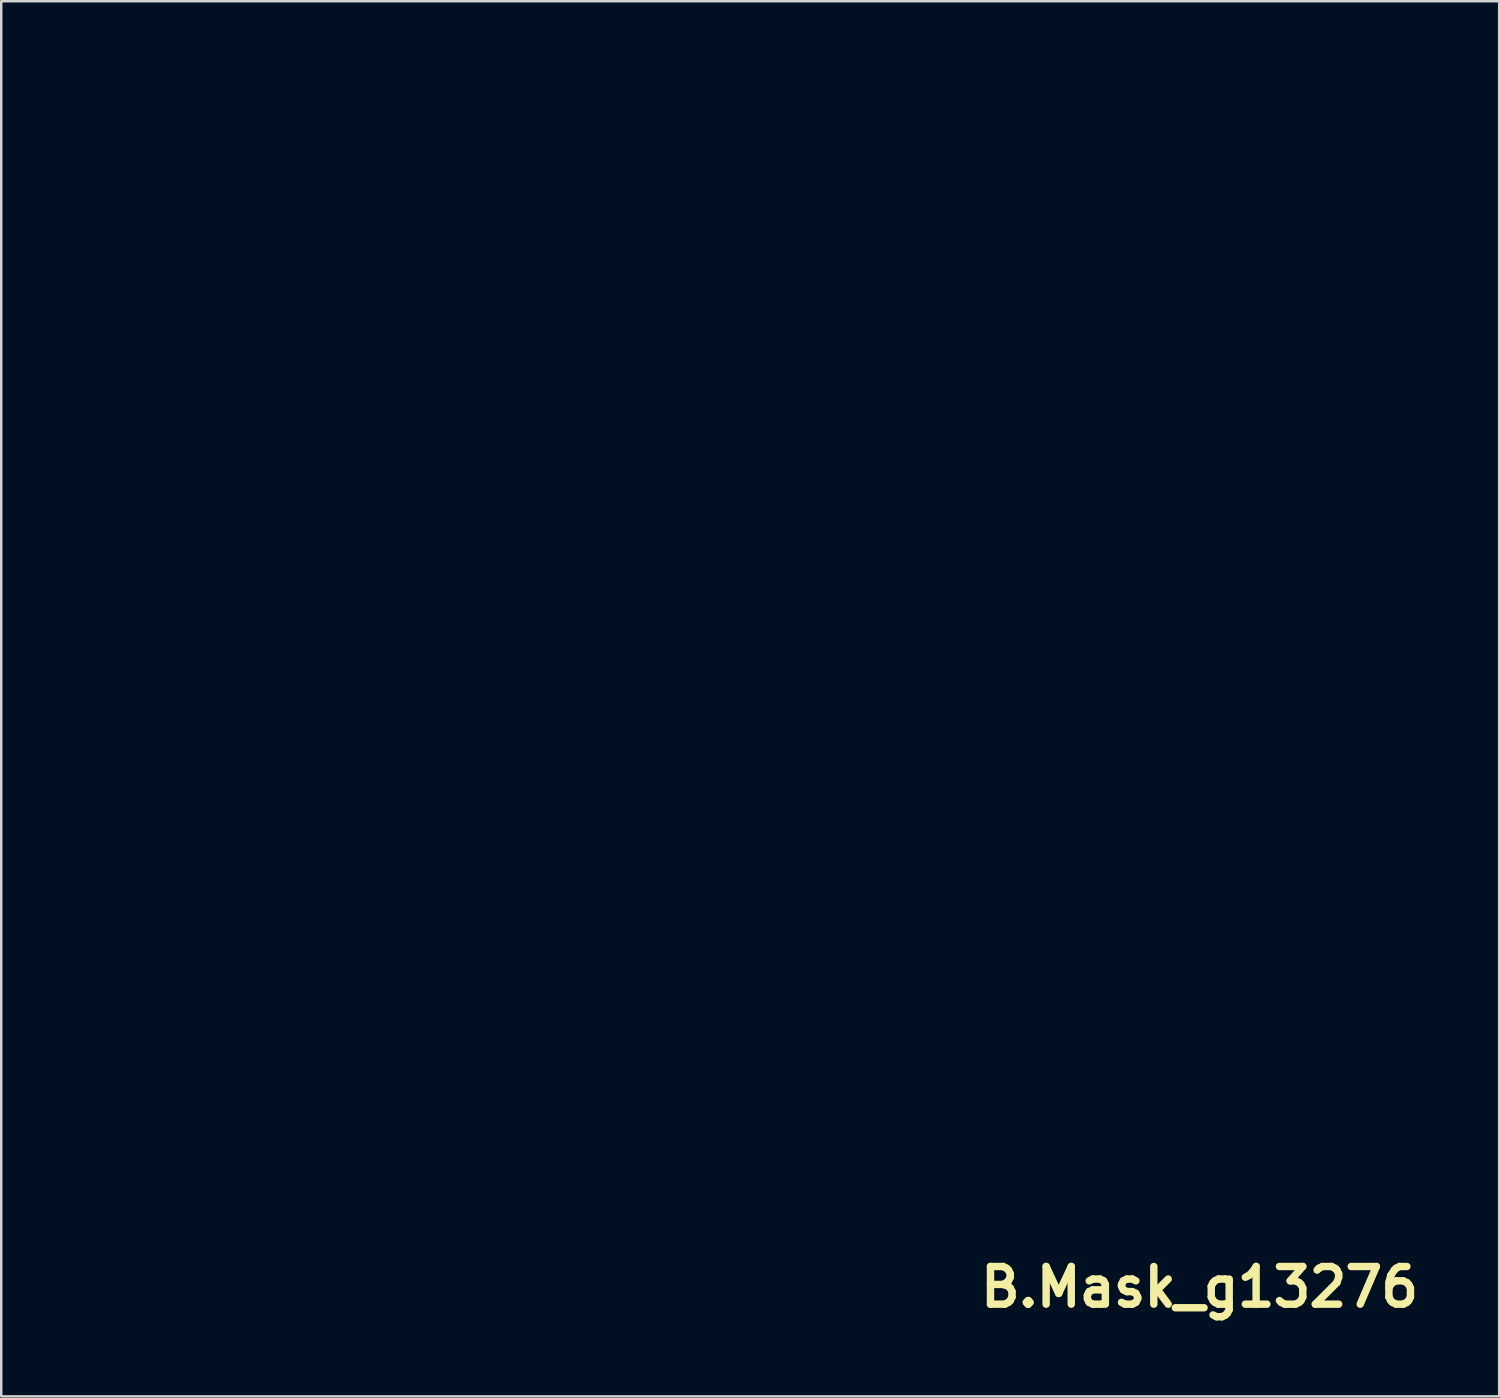
<source format=kicad_pcb>
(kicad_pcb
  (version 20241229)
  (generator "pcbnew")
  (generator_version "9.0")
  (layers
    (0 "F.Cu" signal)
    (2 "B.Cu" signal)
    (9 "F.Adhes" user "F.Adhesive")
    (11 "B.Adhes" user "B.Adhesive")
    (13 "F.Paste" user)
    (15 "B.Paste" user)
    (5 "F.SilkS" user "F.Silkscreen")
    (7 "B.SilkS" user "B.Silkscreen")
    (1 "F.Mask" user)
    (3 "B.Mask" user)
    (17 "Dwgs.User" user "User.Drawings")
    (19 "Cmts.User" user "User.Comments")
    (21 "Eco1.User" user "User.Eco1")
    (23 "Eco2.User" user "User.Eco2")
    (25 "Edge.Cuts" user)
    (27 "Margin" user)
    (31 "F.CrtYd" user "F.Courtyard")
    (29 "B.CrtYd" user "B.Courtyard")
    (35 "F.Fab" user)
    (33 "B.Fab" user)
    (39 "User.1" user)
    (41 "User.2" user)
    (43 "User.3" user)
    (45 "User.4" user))
  (footprint "B.Mask_g13276"
    (layer "F.Cu")
    (at 45.457 48.997)
    (property "Reference" "B.Mask_g13276" (at 0 0 0) (layer "F.SilkS") (effects (font (size 1.524 1.524) (thickness 0.3))))
    (attr through_hole)
    (fp_poly (pts (xy -36.288 -19.112) (xy -36.239 -19.105) (xy -36.218 -19.092) (xy -36.216 -19.084) (xy -36.228 -19.033) (xy -36.261 -18.957) (xy -36.31 -18.865) (xy -36.369 -18.766) (xy -36.433 -18.668) (xy -36.498 -18.58) (xy -36.546 -18.524) (xy -36.625 -18.442) (xy -36.679 -18.392) (xy -36.708 -18.375) (xy -36.713 -18.392) (xy -36.696 -18.431) (xy -36.681 -18.475) (xy -36.662 -18.55) (xy -36.643 -18.644) (xy -36.63 -18.722) (xy -36.611 -18.826) (xy -36.591 -18.922) (xy -36.572 -18.999) (xy -36.561 -19.034) (xy -36.529 -19.113) (xy -36.373 -19.113) (xy -36.288 -19.112)) (stroke (width 0.01) (type solid)) (fill yes) (layer "B.Mask"))
    (fp_poly (pts (xy -35.538 -19.692) (xy -35.477 -19.649) (xy -35.434 -19.613) (xy -35.419 -19.591) (xy -35.419 -19.59) (xy -35.442 -19.559) (xy -35.493 -19.513) (xy -35.564 -19.457) (xy -35.645 -19.399) (xy -35.728 -19.344) (xy -35.805 -19.299) (xy -35.822 -19.29) (xy -35.987 -19.22) (xy -36.163 -19.168) (xy -36.334 -19.139) (xy -36.423 -19.135) (xy -36.56 -19.135) (xy -36.546 -19.203) (xy -36.509 -19.289) (xy -36.439 -19.366) (xy -36.347 -19.425) (xy -36.26 -19.453) (xy -36.112 -19.498) (xy -35.957 -19.568) (xy -35.813 -19.656) (xy -35.772 -19.687) (xy -35.663 -19.773) (xy -35.538 -19.692)) (stroke (width 0.01) (type solid)) (fill yes) (layer "B.Mask"))
    (fp_poly (pts (xy -38.932 -18.938) (xy -38.876 -18.93) (xy -38.864 -18.924) (xy -38.849 -18.909) (xy -38.846 -18.88) (xy -38.855 -18.829) (xy -38.871 -18.766) (xy -38.893 -18.692) (xy -38.91 -18.651) (xy -38.93 -18.633) (xy -38.959 -18.631) (xy -38.965 -18.631) (xy -39.008 -18.634) (xy -39.082 -18.638) (xy -39.177 -18.642) (xy -39.268 -18.647) (xy -39.515 -18.658) (xy -39.593 -18.76) (xy -39.632 -18.816) (xy -39.655 -18.858) (xy -39.658 -18.875) (xy -39.622 -18.891) (xy -39.553 -18.905) (xy -39.459 -18.918) (xy -39.35 -18.929) (xy -39.234 -18.936) (xy -39.119 -18.941) (xy -39.016 -18.942) (xy -38.932 -18.938)) (stroke (width 0.01) (type solid)) (fill yes) (layer "B.Mask"))
    (fp_poly (pts (xy -16.288 -18.837) (xy -16.183 -18.83) (xy -16.063 -18.82) (xy -15.948 -18.807) (xy -15.85 -18.795) (xy -15.769 -18.785) (xy -15.713 -18.778) (xy -15.69 -18.775) (xy -15.69 -18.775) (xy -15.683 -18.759) (xy -15.701 -18.717) (xy -15.739 -18.656) (xy -15.748 -18.644) (xy -15.785 -18.586) (xy -15.808 -18.536) (xy -15.812 -18.518) (xy -15.819 -18.486) (xy -15.827 -18.481) (xy -15.855 -18.485) (xy -15.912 -18.493) (xy -15.97 -18.501) (xy -16.065 -18.512) (xy -16.172 -18.524) (xy -16.238 -18.531) (xy -16.379 -18.545) (xy -16.413 -18.68) (xy -16.43 -18.751) (xy -16.442 -18.804) (xy -16.447 -18.827) (xy -16.427 -18.835) (xy -16.372 -18.838) (xy -16.288 -18.837)) (stroke (width 0.01) (type solid)) (fill yes) (layer "B.Mask"))
    (fp_poly (pts (xy -19.285 -19.02) (xy -19.212 -19.015) (xy -19.212 -19.015) (xy -19.069 -19.001) (xy -18.973 -18.852) (xy -18.909 -18.763) (xy -18.835 -18.67) (xy -18.765 -18.594) (xy -18.763 -18.593) (xy -18.683 -18.502) (xy -18.605 -18.386) (xy -18.534 -18.258) (xy -18.491 -18.172) (xy -18.46 -18.101) (xy -18.443 -18.053) (xy -18.443 -18.035) (xy -18.443 -18.035) (xy -18.477 -18.044) (xy -18.53 -18.067) (xy -18.541 -18.072) (xy -18.583 -18.101) (xy -18.631 -18.152) (xy -18.688 -18.23) (xy -18.753 -18.33) (xy -18.818 -18.43) (xy -18.872 -18.505) (xy -18.927 -18.567) (xy -18.993 -18.626) (xy -19.081 -18.696) (xy -19.101 -18.711) (xy -19.211 -18.8) (xy -19.287 -18.871) (xy -19.331 -18.927) (xy -19.338 -18.942) (xy -19.356 -18.991) (xy -19.362 -19.019) (xy -19.361 -19.021) (xy -19.338 -19.023) (xy -19.285 -19.02)) (stroke (width 0.01) (type solid)) (fill yes) (layer "B.Mask"))
    (fp_poly (pts (xy -19.866 -19.632) (xy -19.818 -19.603) (xy -19.752 -19.561) (xy -19.717 -19.539) (xy -19.548 -19.444) (xy -19.375 -19.377) (xy -19.205 -19.338) (xy -19.046 -19.33) (xy -18.944 -19.344) (xy -18.884 -19.355) (xy -18.845 -19.351) (xy -18.808 -19.324) (xy -18.781 -19.298) (xy -18.736 -19.24) (xy -18.71 -19.181) (xy -18.707 -19.168) (xy -18.707 -19.13) (xy -18.723 -19.107) (xy -18.765 -19.09) (xy -18.799 -19.081) (xy -18.99 -19.05) (xy -19.201 -19.048) (xy -19.267 -19.053) (xy -19.482 -19.095) (xy -19.702 -19.176) (xy -19.919 -19.294) (xy -20.058 -19.39) (xy -20.134 -19.447) (xy -20.182 -19.484) (xy -20.207 -19.505) (xy -20.216 -19.517) (xy -20.214 -19.524) (xy -20.208 -19.529) (xy -20.183 -19.529) (xy -20.161 -19.516) (xy -20.138 -19.505) (xy -20.106 -19.511) (xy -20.056 -19.538) (xy -20.013 -19.566) (xy -19.953 -19.605) (xy -19.907 -19.633) (xy -19.887 -19.643) (xy -19.866 -19.632)) (stroke (width 0.01) (type solid)) (fill yes) (layer "B.Mask"))
    (fp_poly (pts (xy -26.763 -13.828) (xy -26.747 -13.791) (xy -26.737 -13.751) (xy -26.722 -13.692) (xy -26.714 -13.653) (xy -26.712 -13.646) (xy -26.732 -13.637) (xy -26.787 -13.625) (xy -26.87 -13.612) (xy -26.974 -13.598) (xy -27.093 -13.583) (xy -27.218 -13.569) (xy -27.343 -13.557) (xy -27.46 -13.548) (xy -27.474 -13.547) (xy -27.622 -13.537) (xy -27.742 -13.532) (xy -27.85 -13.53) (xy -27.957 -13.532) (xy -28.078 -13.537) (xy -28.223 -13.546) (xy -28.268 -13.549) (xy -28.397 -13.558) (xy -28.489 -13.566) (xy -28.55 -13.575) (xy -28.585 -13.588) (xy -28.6 -13.607) (xy -28.6 -13.634) (xy -28.591 -13.672) (xy -28.586 -13.689) (xy -28.563 -13.756) (xy -28.539 -13.782) (xy -28.53 -13.782) (xy -28.502 -13.779) (xy -28.437 -13.776) (xy -28.342 -13.773) (xy -28.223 -13.769) (xy -28.087 -13.766) (xy -27.982 -13.764) (xy -27.652 -13.762) (xy -27.355 -13.772) (xy -27.093 -13.794) (xy -26.87 -13.825) (xy -26.826 -13.834) (xy -26.786 -13.839) (xy -26.763 -13.828)) (stroke (width 0.01) (type solid)) (fill yes) (layer "B.Mask"))
    (fp_poly (pts (xy -39.73 -22.661) (xy -39.725 -22.629) (xy -39.73 -22.568) (xy -39.735 -22.527) (xy -39.745 -22.455) (xy -39.753 -22.403) (xy -39.758 -22.382) (xy -39.758 -22.382) (xy -39.981 -22.237) (xy -40.163 -22.082) (xy -40.305 -21.918) (xy -40.408 -21.743) (xy -40.47 -21.558) (xy -40.473 -21.547) (xy -40.486 -21.437) (xy -40.485 -21.306) (xy -40.473 -21.169) (xy -40.45 -21.046) (xy -40.441 -21.017) (xy -40.386 -20.874) (xy -40.308 -20.722) (xy -40.218 -20.578) (xy -40.154 -20.495) (xy -40.058 -20.365) (xy -39.995 -20.242) (xy -39.958 -20.112) (xy -39.949 -20.039) (xy -39.946 -19.975) (xy -39.948 -19.885) (xy -39.952 -19.778) (xy -39.959 -19.663) (xy -39.967 -19.549) (xy -39.977 -19.446) (xy -39.987 -19.361) (xy -39.997 -19.305) (xy -40.002 -19.288) (xy -40.024 -19.287) (xy -40.068 -19.318) (xy -40.137 -19.383) (xy -40.143 -19.389) (xy -40.269 -19.516) (xy -40.262 -19.734) (xy -40.261 -19.871) (xy -40.27 -19.979) (xy -40.293 -20.072) (xy -40.334 -20.163) (xy -40.396 -20.265) (xy -40.422 -20.303) (xy -40.571 -20.549) (xy -40.681 -20.793) (xy -40.753 -21.034) (xy -40.787 -21.269) (xy -40.784 -21.496) (xy -40.743 -21.713) (xy -40.664 -21.917) (xy -40.549 -22.107) (xy -40.397 -22.279) (xy -40.209 -22.432) (xy -40.187 -22.446) (xy -40.086 -22.51) (xy -39.984 -22.568) (xy -39.888 -22.617) (xy -39.809 -22.652) (xy -39.753 -22.669) (xy -39.743 -22.669) (xy -39.73 -22.661)) (stroke (width 0.01) (type solid)) (fill yes) (layer "B.Mask"))
    (fp_poly (pts (xy -16.197 -23.224) (xy -16.166 -23.18) (xy -16.125 -23.117) (xy -16.081 -23.046) (xy -16.04 -22.975) (xy -16.007 -22.913) (xy -16.007 -22.913) (xy -15.929 -22.711) (xy -15.889 -22.493) (xy -15.885 -22.266) (xy -15.919 -22.033) (xy -15.968 -21.863) (xy -16 -21.789) (xy -16.048 -21.693) (xy -16.108 -21.588) (xy -16.17 -21.488) (xy -16.253 -21.358) (xy -16.315 -21.253) (xy -16.358 -21.164) (xy -16.387 -21.079) (xy -16.403 -20.991) (xy -16.411 -20.888) (xy -16.413 -20.762) (xy -16.413 -20.733) (xy -16.41 -20.591) (xy -16.401 -20.457) (xy -16.384 -20.322) (xy -16.358 -20.177) (xy -16.322 -20.014) (xy -16.274 -19.825) (xy -16.243 -19.71) (xy -16.216 -19.61) (xy -16.194 -19.524) (xy -16.178 -19.462) (xy -16.171 -19.43) (xy -16.171 -19.429) (xy -16.172 -19.419) (xy -16.178 -19.414) (xy -16.197 -19.415) (xy -16.235 -19.424) (xy -16.3 -19.441) (xy -16.398 -19.467) (xy -16.407 -19.47) (xy -16.612 -19.525) (xy -16.625 -19.61) (xy -16.637 -19.678) (xy -16.649 -19.736) (xy -16.651 -19.744) (xy -16.655 -19.778) (xy -16.637 -19.785) (xy -16.605 -19.778) (xy -16.565 -19.772) (xy -16.555 -19.785) (xy -16.56 -19.804) (xy -16.595 -19.935) (xy -16.631 -20.089) (xy -16.664 -20.248) (xy -16.689 -20.392) (xy -16.69 -20.4) (xy -16.717 -20.642) (xy -16.716 -20.857) (xy -16.688 -21.056) (xy -16.629 -21.247) (xy -16.539 -21.438) (xy -16.425 -21.622) (xy -16.338 -21.758) (xy -16.276 -21.876) (xy -16.234 -21.987) (xy -16.206 -22.104) (xy -16.193 -22.189) (xy -16.183 -22.391) (xy -16.207 -22.575) (xy -16.268 -22.751) (xy -16.35 -22.9) (xy -16.404 -22.987) (xy -16.314 -23.113) (xy -16.269 -23.175) (xy -16.234 -23.22) (xy -16.215 -23.24) (xy -16.214 -23.24) (xy -16.197 -23.224)) (stroke (width 0.01) (type solid)) (fill yes) (layer "B.Mask"))
    (fp_poly (pts (xy -15.83 -22.596) (xy -15.79 -22.581) (xy -15.723 -22.551) (xy -15.64 -22.513) (xy -15.581 -22.484) (xy -15.465 -22.423) (xy -15.371 -22.361) (xy -15.28 -22.284) (xy -15.219 -22.227) (xy -15.08 -22.068) (xy -14.973 -21.898) (xy -14.896 -21.711) (xy -14.847 -21.499) (xy -14.824 -21.294) (xy -14.823 -21.077) (xy -14.85 -20.881) (xy -14.909 -20.696) (xy -15.003 -20.511) (xy -15.068 -20.408) (xy -15.15 -20.278) (xy -15.225 -20.139) (xy -15.284 -20.008) (xy -15.306 -19.95) (xy -15.317 -19.894) (xy -15.326 -19.806) (xy -15.332 -19.698) (xy -15.335 -19.581) (xy -15.335 -19.464) (xy -15.332 -19.359) (xy -15.325 -19.276) (xy -15.32 -19.245) (xy -15.315 -19.206) (xy -15.322 -19.172) (xy -15.349 -19.131) (xy -15.398 -19.073) (xy -15.409 -19.061) (xy -15.46 -19.007) (xy -15.5 -18.971) (xy -15.522 -18.96) (xy -15.523 -18.961) (xy -15.531 -18.986) (xy -15.545 -19.045) (xy -15.564 -19.126) (xy -15.582 -19.209) (xy -15.606 -19.335) (xy -15.621 -19.454) (xy -15.629 -19.581) (xy -15.632 -19.734) (xy -15.632 -19.738) (xy -15.631 -19.857) (xy -15.629 -19.943) (xy -15.624 -20.006) (xy -15.613 -20.056) (xy -15.597 -20.103) (xy -15.573 -20.157) (xy -15.566 -20.172) (xy -15.52 -20.255) (xy -15.457 -20.352) (xy -15.39 -20.442) (xy -15.378 -20.458) (xy -15.273 -20.595) (xy -15.2 -20.721) (xy -15.152 -20.847) (xy -15.126 -20.985) (xy -15.117 -21.091) (xy -15.118 -21.268) (xy -15.139 -21.425) (xy -15.185 -21.578) (xy -15.253 -21.736) (xy -15.346 -21.888) (xy -15.465 -22.027) (xy -15.601 -22.143) (xy -15.721 -22.214) (xy -15.852 -22.278) (xy -15.853 -22.394) (xy -15.856 -22.47) (xy -15.863 -22.535) (xy -15.868 -22.561) (xy -15.873 -22.596) (xy -15.853 -22.602) (xy -15.83 -22.596)) (stroke (width 0.01) (type solid)) (fill yes) (layer "B.Mask"))
    (fp_poly (pts (xy -39.269 -23.415) (xy -39.234 -23.373) (xy -39.19 -23.312) (xy -39.183 -23.303) (xy -39.094 -23.174) (xy -39.155 -23.096) (xy -39.28 -22.906) (xy -39.365 -22.709) (xy -39.409 -22.507) (xy -39.412 -22.304) (xy -39.374 -22.102) (xy -39.296 -21.906) (xy -39.269 -21.861) (xy -39.225 -21.79) (xy -39.169 -21.704) (xy -39.106 -21.611) (xy -39.101 -21.605) (xy -39.039 -21.51) (xy -38.982 -21.42) (xy -38.938 -21.343) (xy -38.913 -21.289) (xy -38.912 -21.288) (xy -38.883 -21.166) (xy -38.869 -21.011) (xy -38.87 -20.827) (xy -38.886 -20.621) (xy -38.916 -20.397) (xy -38.96 -20.161) (xy -38.976 -20.087) (xy -38.996 -19.996) (xy -39.011 -19.922) (xy -39.02 -19.873) (xy -39.021 -19.859) (xy -38.999 -19.86) (xy -38.947 -19.871) (xy -38.873 -19.887) (xy -38.849 -19.893) (xy -38.762 -19.915) (xy -38.684 -19.933) (xy -38.63 -19.946) (xy -38.624 -19.948) (xy -38.566 -19.961) (xy -38.607 -19.881) (xy -38.637 -19.809) (xy -38.659 -19.735) (xy -38.661 -19.725) (xy -38.675 -19.648) (xy -38.986 -19.571) (xy -39.098 -19.544) (xy -39.199 -19.518) (xy -39.28 -19.498) (xy -39.332 -19.485) (xy -39.344 -19.482) (xy -39.38 -19.476) (xy -39.391 -19.481) (xy -39.386 -19.506) (xy -39.371 -19.562) (xy -39.35 -19.641) (xy -39.327 -19.721) (xy -39.27 -19.935) (xy -39.228 -20.122) (xy -39.199 -20.293) (xy -39.181 -20.461) (xy -39.172 -20.636) (xy -39.17 -20.754) (xy -39.172 -20.912) (xy -39.18 -21.038) (xy -39.196 -21.14) (xy -39.222 -21.228) (xy -39.262 -21.311) (xy -39.317 -21.399) (xy -39.358 -21.456) (xy -39.508 -21.692) (xy -39.617 -21.927) (xy -39.684 -22.162) (xy -39.709 -22.396) (xy -39.692 -22.627) (xy -39.632 -22.857) (xy -39.569 -23.009) (xy -39.528 -23.088) (xy -39.479 -23.173) (xy -39.426 -23.258) (xy -39.374 -23.334) (xy -39.33 -23.392) (xy -39.298 -23.426) (xy -39.288 -23.431) (xy -39.269 -23.415)) (stroke (width 0.01) (type solid)) (fill yes) (layer "B.Mask"))
    (fp_poly (pts (xy -18.968 -42.992) (xy -18.912 -42.983) (xy -18.748 -42.945) (xy -18.603 -42.895) (xy -18.463 -42.827) (xy -18.313 -42.734) (xy -18.289 -42.719) (xy -18.196 -42.657) (xy -18.104 -42.6) (xy -18.024 -42.554) (xy -17.981 -42.532) (xy -17.85 -42.485) (xy -17.702 -42.456) (xy -17.532 -42.446) (xy -17.338 -42.455) (xy -17.117 -42.483) (xy -16.865 -42.531) (xy -16.58 -42.598) (xy -16.533 -42.61) (xy -16.423 -42.638) (xy -16.327 -42.661) (xy -16.254 -42.678) (xy -16.21 -42.687) (xy -16.201 -42.688) (xy -16.204 -42.666) (xy -16.216 -42.613) (xy -16.236 -42.54) (xy -16.245 -42.508) (xy -16.314 -42.242) (xy -16.367 -41.981) (xy -16.401 -41.732) (xy -16.418 -41.498) (xy -16.416 -41.288) (xy -16.396 -41.105) (xy -16.372 -41.005) (xy -16.346 -40.941) (xy -16.302 -40.855) (xy -16.246 -40.761) (xy -16.205 -40.699) (xy -16.088 -40.517) (xy -15.999 -40.354) (xy -15.935 -40.203) (xy -15.892 -40.054) (xy -15.867 -39.898) (xy -15.861 -39.815) (xy -15.858 -39.672) (xy -15.868 -39.552) (xy -15.884 -39.466) (xy -15.907 -39.384) (xy -15.936 -39.295) (xy -15.968 -39.211) (xy -16 -39.14) (xy -16.027 -39.091) (xy -16.044 -39.074) (xy -16.063 -39.09) (xy -16.098 -39.132) (xy -16.142 -39.192) (xy -16.148 -39.2) (xy -16.236 -39.326) (xy -16.191 -39.476) (xy -16.167 -39.568) (xy -16.154 -39.654) (xy -16.152 -39.753) (xy -16.154 -39.822) (xy -16.16 -39.924) (xy -16.172 -40.002) (xy -16.193 -40.074) (xy -16.229 -40.157) (xy -16.242 -40.184) (xy -16.288 -40.273) (xy -16.351 -40.38) (xy -16.421 -40.489) (xy -16.47 -40.56) (xy -16.531 -40.649) (xy -16.586 -40.732) (xy -16.628 -40.801) (xy -16.649 -40.841) (xy -16.686 -40.966) (xy -16.707 -41.124) (xy -16.711 -41.307) (xy -16.701 -41.482) (xy -16.689 -41.585) (xy -16.672 -41.707) (xy -16.652 -41.837) (xy -16.629 -41.967) (xy -16.607 -42.087) (xy -16.585 -42.188) (xy -16.567 -42.26) (xy -16.56 -42.281) (xy -16.555 -42.307) (xy -16.577 -42.309) (xy -16.596 -42.304) (xy -16.725 -42.271) (xy -16.88 -42.236) (xy -17.043 -42.205) (xy -17.198 -42.179) (xy -17.317 -42.163) (xy -17.556 -42.151) (xy -17.772 -42.17) (xy -17.975 -42.221) (xy -18.173 -42.308) (xy -18.346 -42.412) (xy -18.443 -42.475) (xy -18.542 -42.535) (xy -18.63 -42.585) (xy -18.68 -42.61) (xy -18.833 -42.664) (xy -19.003 -42.695) (xy -19.178 -42.702) (xy -19.343 -42.684) (xy -19.46 -42.652) (xy -19.491 -42.648) (xy -19.532 -42.661) (xy -19.59 -42.695) (xy -19.65 -42.736) (xy -19.794 -42.838) (xy -19.734 -42.869) (xy -19.561 -42.939) (xy -19.366 -42.984) (xy -19.163 -43.002) (xy -18.968 -42.992)) (stroke (width 0.01) (type solid)) (fill yes) (layer "B.Mask"))
    (fp_poly (pts (xy -11.572 -34.42) (xy -11.374 -34.352) (xy -11.182 -34.246) (xy -10.999 -34.106) (xy -10.825 -33.931) (xy -10.663 -33.725) (xy -10.513 -33.489) (xy -10.376 -33.225) (xy -10.254 -32.934) (xy -10.149 -32.619) (xy -10.061 -32.281) (xy -9.992 -31.921) (xy -9.966 -31.739) (xy -9.956 -31.64) (xy -9.949 -31.505) (xy -9.943 -31.345) (xy -9.94 -31.165) (xy -9.94 -31.02) (xy -9.945 -30.747) (xy -9.957 -30.504) (xy -9.978 -30.281) (xy -10.01 -30.065) (xy -10.053 -29.846) (xy -10.106 -29.626) (xy -10.203 -29.297) (xy -10.318 -28.994) (xy -10.45 -28.717) (xy -10.596 -28.467) (xy -10.756 -28.248) (xy -10.926 -28.06) (xy -11.107 -27.905) (xy -11.296 -27.784) (xy -11.492 -27.7) (xy -11.693 -27.654) (xy -11.897 -27.647) (xy -12.033 -27.665) (xy -12.246 -27.73) (xy -12.452 -27.835) (xy -12.648 -27.98) (xy -12.834 -28.165) (xy -13.009 -28.388) (xy -13.045 -28.44) (xy -13.222 -28.742) (xy -13.374 -29.073) (xy -13.5 -29.431) (xy -13.599 -29.81) (xy -13.67 -30.208) (xy -13.713 -30.619) (xy -13.728 -31.039) (xy -13.727 -31.064) (xy -13.511 -31.064) (xy -13.497 -30.643) (xy -13.456 -30.23) (xy -13.387 -29.837) (xy -13.385 -29.824) (xy -13.302 -29.502) (xy -13.202 -29.204) (xy -13.086 -28.931) (xy -12.956 -28.684) (xy -12.813 -28.467) (xy -12.66 -28.28) (xy -12.497 -28.125) (xy -12.326 -28.004) (xy -12.148 -27.918) (xy -11.966 -27.87) (xy -11.781 -27.861) (xy -11.611 -27.888) (xy -11.415 -27.96) (xy -11.228 -28.074) (xy -11.051 -28.227) (xy -10.883 -28.419) (xy -10.727 -28.65) (xy -10.62 -28.843) (xy -10.472 -29.175) (xy -10.351 -29.534) (xy -10.258 -29.916) (xy -10.192 -30.315) (xy -10.156 -30.726) (xy -10.148 -31.143) (xy -10.169 -31.562) (xy -10.221 -31.977) (xy -10.302 -32.382) (xy -10.308 -32.406) (xy -10.414 -32.772) (xy -10.541 -33.101) (xy -10.689 -33.394) (xy -10.859 -33.651) (xy -11.049 -33.87) (xy -11.058 -33.879) (xy -11.237 -34.033) (xy -11.421 -34.145) (xy -11.609 -34.215) (xy -11.798 -34.243) (xy -11.988 -34.23) (xy -12.175 -34.175) (xy -12.36 -34.079) (xy -12.54 -33.941) (xy -12.591 -33.892) (xy -12.783 -33.675) (xy -12.955 -33.422) (xy -13.106 -33.133) (xy -13.235 -32.809) (xy -13.344 -32.451) (xy -13.386 -32.277) (xy -13.455 -31.891) (xy -13.497 -31.483) (xy -13.511 -31.064) (xy -13.727 -31.064) (xy -13.713 -31.465) (xy -13.668 -31.892) (xy -13.642 -32.054) (xy -13.569 -32.413) (xy -13.473 -32.751) (xy -13.358 -33.066) (xy -13.223 -33.355) (xy -13.072 -33.616) (xy -12.906 -33.846) (xy -12.725 -34.043) (xy -12.531 -34.203) (xy -12.333 -34.322) (xy -12.172 -34.391) (xy -12.029 -34.432) (xy -11.986 -34.44) (xy -11.777 -34.45) (xy -11.572 -34.42)) (stroke (width 0.01) (type solid)) (fill yes) (layer "B.Mask"))
    (fp_poly (pts (xy -36.108 -43.18) (xy -35.938 -43.141) (xy -35.899 -43.127) (xy -35.821 -43.096) (xy -35.735 -43.057) (xy -35.649 -43.014) (xy -35.572 -42.973) (xy -35.513 -42.938) (xy -35.48 -42.913) (xy -35.476 -42.906) (xy -35.492 -42.889) (xy -35.536 -42.857) (xy -35.598 -42.814) (xy -35.612 -42.805) (xy -35.748 -42.716) (xy -35.841 -42.768) (xy -36.021 -42.853) (xy -36.196 -42.903) (xy -36.371 -42.917) (xy -36.549 -42.895) (xy -36.733 -42.837) (xy -36.927 -42.741) (xy -37.136 -42.607) (xy -37.169 -42.584) (xy -37.271 -42.511) (xy -37.353 -42.456) (xy -37.426 -42.418) (xy -37.497 -42.392) (xy -37.576 -42.376) (xy -37.671 -42.369) (xy -37.792 -42.367) (xy -37.92 -42.368) (xy -38.067 -42.369) (xy -38.184 -42.373) (xy -38.282 -42.38) (xy -38.373 -42.391) (xy -38.469 -42.408) (xy -38.583 -42.431) (xy -38.597 -42.434) (xy -38.703 -42.457) (xy -38.794 -42.475) (xy -38.861 -42.487) (xy -38.897 -42.492) (xy -38.901 -42.492) (xy -38.899 -42.47) (xy -38.888 -42.416) (xy -38.871 -42.338) (xy -38.854 -42.267) (xy -38.806 -42.047) (xy -38.775 -41.853) (xy -38.76 -41.671) (xy -38.76 -41.488) (xy -38.761 -41.459) (xy -38.772 -41.311) (xy -38.794 -41.181) (xy -38.83 -41.058) (xy -38.885 -40.933) (xy -38.962 -40.795) (xy -39.038 -40.673) (xy -39.126 -40.533) (xy -39.191 -40.415) (xy -39.238 -40.312) (xy -39.268 -40.214) (xy -39.288 -40.111) (xy -39.297 -40.023) (xy -39.301 -39.851) (xy -39.279 -39.7) (xy -39.229 -39.552) (xy -39.194 -39.476) (xy -39.124 -39.338) (xy -39.205 -39.218) (xy -39.248 -39.156) (xy -39.283 -39.108) (xy -39.303 -39.087) (xy -39.322 -39.098) (xy -39.354 -39.137) (xy -39.39 -39.191) (xy -39.502 -39.413) (xy -39.573 -39.641) (xy -39.602 -39.871) (xy -39.59 -40.103) (xy -39.561 -40.246) (xy -39.526 -40.371) (xy -39.486 -40.479) (xy -39.436 -40.582) (xy -39.37 -40.694) (xy -39.304 -40.793) (xy -39.22 -40.921) (xy -39.157 -41.026) (xy -39.114 -41.118) (xy -39.085 -41.206) (xy -39.068 -41.301) (xy -39.059 -41.414) (xy -39.056 -41.48) (xy -39.055 -41.62) (xy -39.061 -41.756) (xy -39.076 -41.897) (xy -39.101 -42.051) (xy -39.137 -42.226) (xy -39.185 -42.43) (xy -39.205 -42.509) (xy -39.233 -42.622) (xy -39.256 -42.72) (xy -39.272 -42.795) (xy -39.28 -42.842) (xy -39.281 -42.853) (xy -39.258 -42.852) (xy -39.205 -42.841) (xy -39.134 -42.822) (xy -39.125 -42.82) (xy -38.88 -42.756) (xy -38.634 -42.706) (xy -38.395 -42.669) (xy -38.171 -42.647) (xy -37.969 -42.641) (xy -37.807 -42.652) (xy -37.655 -42.679) (xy -37.522 -42.723) (xy -37.392 -42.791) (xy -37.274 -42.871) (xy -37.128 -42.967) (xy -36.964 -43.054) (xy -36.799 -43.125) (xy -36.65 -43.171) (xy -36.481 -43.196) (xy -36.294 -43.198) (xy -36.108 -43.18)) (stroke (width 0.01) (type solid)) (fill yes) (layer "B.Mask"))
    (fp_poly (pts (xy -37.124 -44.25) (xy -36.928 -44.188) (xy -36.739 -44.088) (xy -36.563 -43.955) (xy -36.406 -43.794) (xy -36.358 -43.732) (xy -36.316 -43.67) (xy -36.269 -43.592) (xy -36.22 -43.505) (xy -36.174 -43.419) (xy -36.135 -43.34) (xy -36.107 -43.277) (xy -36.095 -43.238) (xy -36.096 -43.23) (xy -36.121 -43.226) (xy -36.176 -43.228) (xy -36.244 -43.233) (xy -36.381 -43.248) (xy -36.502 -43.426) (xy -36.652 -43.616) (xy -36.815 -43.766) (xy -36.991 -43.876) (xy -37.177 -43.947) (xy -37.372 -43.977) (xy -37.574 -43.967) (xy -37.78 -43.917) (xy -37.99 -43.826) (xy -38.2 -43.694) (xy -38.28 -43.633) (xy -38.372 -43.561) (xy -38.444 -43.511) (xy -38.507 -43.478) (xy -38.572 -43.455) (xy -38.65 -43.438) (xy -38.682 -43.432) (xy -38.782 -43.423) (xy -38.916 -43.421) (xy -39.078 -43.428) (xy -39.258 -43.441) (xy -39.45 -43.462) (xy -39.647 -43.489) (xy -39.712 -43.499) (xy -39.811 -43.514) (xy -39.893 -43.526) (xy -39.95 -43.534) (xy -39.974 -43.535) (xy -39.975 -43.535) (xy -39.972 -43.513) (xy -39.962 -43.459) (xy -39.945 -43.382) (xy -39.929 -43.318) (xy -39.868 -43.028) (xy -39.831 -42.767) (xy -39.82 -42.538) (xy -39.833 -42.34) (xy -39.872 -42.176) (xy -39.878 -42.159) (xy -39.915 -42.078) (xy -39.969 -41.986) (xy -40.022 -41.909) (xy -40.083 -41.831) (xy -40.144 -41.752) (xy -40.19 -41.692) (xy -40.277 -41.546) (xy -40.334 -41.377) (xy -40.36 -41.194) (xy -40.357 -41.002) (xy -40.325 -40.808) (xy -40.264 -40.621) (xy -40.174 -40.445) (xy -40.116 -40.36) (xy -40.013 -40.248) (xy -39.882 -40.14) (xy -39.736 -40.046) (xy -39.731 -40.044) (xy -39.638 -39.993) (xy -39.629 -39.84) (xy -39.625 -39.758) (xy -39.631 -39.71) (xy -39.653 -39.692) (xy -39.698 -39.699) (xy -39.774 -39.728) (xy -39.796 -39.737) (xy -40.002 -39.843) (xy -40.187 -39.979) (xy -40.345 -40.14) (xy -40.473 -40.323) (xy -40.564 -40.52) (xy -40.565 -40.524) (xy -40.592 -40.616) (xy -40.618 -40.73) (xy -40.637 -40.844) (xy -40.641 -40.873) (xy -40.656 -41.099) (xy -40.642 -41.304) (xy -40.595 -41.495) (xy -40.513 -41.682) (xy -40.435 -41.816) (xy -40.331 -41.985) (xy -40.251 -42.129) (xy -40.193 -42.253) (xy -40.154 -42.365) (xy -40.131 -42.463) (xy -40.114 -42.666) (xy -40.126 -42.899) (xy -40.166 -43.16) (xy -40.234 -43.449) (xy -40.309 -43.698) (xy -40.338 -43.789) (xy -40.361 -43.865) (xy -40.376 -43.916) (xy -40.38 -43.934) (xy -40.359 -43.932) (xy -40.304 -43.922) (xy -40.225 -43.906) (xy -40.132 -43.886) (xy -39.845 -43.83) (xy -39.561 -43.785) (xy -39.294 -43.753) (xy -39.105 -43.738) (xy -38.95 -43.734) (xy -38.825 -43.741) (xy -38.72 -43.763) (xy -38.623 -43.802) (xy -38.524 -43.862) (xy -38.469 -43.901) (xy -38.246 -44.045) (xy -38.012 -44.155) (xy -37.773 -44.231) (xy -37.534 -44.272) (xy -37.299 -44.275) (xy -37.124 -44.25)) (stroke (width 0.01) (type solid)) (fill yes) (layer "B.Mask"))
    (fp_poly (pts (xy -27.696 -48.987) (xy -27.46 -48.976) (xy -27.248 -48.958) (xy -27.119 -48.941) (xy -26.743 -48.87) (xy -26.39 -48.779) (xy -26.063 -48.669) (xy -25.763 -48.542) (xy -25.493 -48.397) (xy -25.253 -48.237) (xy -25.047 -48.063) (xy -24.875 -47.876) (xy -24.74 -47.677) (xy -24.643 -47.467) (xy -24.604 -47.334) (xy -24.576 -47.13) (xy -24.59 -46.926) (xy -24.643 -46.726) (xy -24.735 -46.53) (xy -24.863 -46.341) (xy -25.026 -46.16) (xy -25.224 -45.99) (xy -25.454 -45.83) (xy -25.715 -45.685) (xy -26.007 -45.554) (xy -26.04 -45.541) (xy -26.43 -45.409) (xy -26.844 -45.309) (xy -27.277 -45.24) (xy -27.724 -45.205) (xy -28.179 -45.202) (xy -28.398 -45.213) (xy -28.772 -45.251) (xy -29.133 -45.311) (xy -29.477 -45.393) (xy -29.801 -45.496) (xy -30.103 -45.618) (xy -30.38 -45.757) (xy -30.628 -45.912) (xy -30.846 -46.082) (xy -31.03 -46.266) (xy -31.177 -46.462) (xy -31.252 -46.595) (xy -31.329 -46.777) (xy -31.372 -46.946) (xy -31.382 -47.113) (xy -31.381 -47.13) (xy -31.174 -47.13) (xy -31.161 -46.941) (xy -31.105 -46.752) (xy -31.008 -46.567) (xy -30.869 -46.386) (xy -30.819 -46.332) (xy -30.613 -46.149) (xy -30.37 -45.984) (xy -30.093 -45.837) (xy -29.785 -45.71) (xy -29.447 -45.603) (xy -29.083 -45.518) (xy -28.903 -45.486) (xy -28.745 -45.464) (xy -28.568 -45.445) (xy -28.384 -45.43) (xy -28.204 -45.419) (xy -28.042 -45.414) (xy -27.908 -45.415) (xy -27.898 -45.416) (xy -27.815 -45.42) (xy -27.707 -45.426) (xy -27.592 -45.431) (xy -27.538 -45.434) (xy -27.202 -45.465) (xy -26.868 -45.519) (xy -26.542 -45.597) (xy -26.228 -45.695) (xy -25.934 -45.812) (xy -25.663 -45.946) (xy -25.422 -46.095) (xy -25.217 -46.256) (xy -25.213 -46.26) (xy -25.114 -46.362) (xy -25.017 -46.483) (xy -24.932 -46.61) (xy -24.867 -46.73) (xy -24.85 -46.771) (xy -24.801 -46.96) (xy -24.792 -47.148) (xy -24.824 -47.335) (xy -24.895 -47.518) (xy -25.004 -47.696) (xy -25.151 -47.866) (xy -25.333 -48.029) (xy -25.55 -48.181) (xy -25.801 -48.321) (xy -25.89 -48.364) (xy -26.186 -48.485) (xy -26.516 -48.589) (xy -26.873 -48.673) (xy -27.251 -48.737) (xy -27.263 -48.739) (xy -27.432 -48.756) (xy -27.632 -48.768) (xy -27.85 -48.774) (xy -28.075 -48.775) (xy -28.295 -48.77) (xy -28.499 -48.759) (xy -28.674 -48.742) (xy -28.702 -48.739) (xy -29.101 -48.672) (xy -29.472 -48.583) (xy -29.813 -48.472) (xy -30.123 -48.341) (xy -30.4 -48.191) (xy -30.641 -48.021) (xy -30.81 -47.869) (xy -30.964 -47.691) (xy -31.076 -47.507) (xy -31.146 -47.32) (xy -31.174 -47.13) (xy -31.381 -47.13) (xy -31.37 -47.248) (xy -31.315 -47.466) (xy -31.22 -47.674) (xy -31.088 -47.871) (xy -30.919 -48.058) (xy -30.715 -48.231) (xy -30.479 -48.391) (xy -30.212 -48.535) (xy -29.916 -48.663) (xy -29.593 -48.773) (xy -29.244 -48.865) (xy -28.871 -48.937) (xy -28.844 -48.941) (xy -28.654 -48.964) (xy -28.434 -48.98) (xy -28.194 -48.99) (xy -27.944 -48.992) (xy -27.696 -48.987)) (stroke (width 0.01) (type solid)) (fill yes) (layer "B.Mask"))
    (fp_poly (pts (xy -43.487 -34.411) (xy -43.285 -34.38) (xy -43.091 -34.312) (xy -42.903 -34.206) (xy -42.717 -34.059) (xy -42.628 -33.975) (xy -42.432 -33.75) (xy -42.258 -33.492) (xy -42.105 -33.205) (xy -41.975 -32.894) (xy -41.867 -32.562) (xy -41.781 -32.213) (xy -41.718 -31.85) (xy -41.678 -31.478) (xy -41.661 -31.101) (xy -41.667 -30.722) (xy -41.697 -30.346) (xy -41.751 -29.975) (xy -41.828 -29.615) (xy -41.929 -29.269) (xy -42.055 -28.941) (xy -42.205 -28.634) (xy -42.343 -28.407) (xy -42.434 -28.282) (xy -42.54 -28.154) (xy -42.652 -28.033) (xy -42.762 -27.928) (xy -42.86 -27.85) (xy -42.87 -27.843) (xy -43.063 -27.733) (xy -43.263 -27.657) (xy -43.463 -27.618) (xy -43.657 -27.617) (xy -43.701 -27.622) (xy -43.817 -27.644) (xy -43.925 -27.678) (xy -44.042 -27.728) (xy -44.122 -27.767) (xy -44.227 -27.833) (xy -44.345 -27.927) (xy -44.469 -28.041) (xy -44.588 -28.166) (xy -44.696 -28.294) (xy -44.762 -28.385) (xy -44.937 -28.682) (xy -45.089 -29.012) (xy -45.218 -29.374) (xy -45.321 -29.765) (xy -45.4 -30.182) (xy -45.415 -30.29) (xy -45.431 -30.441) (xy -45.442 -30.623) (xy -45.449 -30.825) (xy -45.452 -31.035) (xy -45.451 -31.107) (xy -45.232 -31.107) (xy -45.231 -30.885) (xy -45.226 -30.671) (xy -45.215 -30.476) (xy -45.202 -30.332) (xy -45.149 -29.975) (xy -45.076 -29.638) (xy -44.984 -29.322) (xy -44.875 -29.029) (xy -44.75 -28.763) (xy -44.61 -28.524) (xy -44.457 -28.317) (xy -44.292 -28.142) (xy -44.117 -28.002) (xy -43.932 -27.9) (xy -43.765 -27.843) (xy -43.633 -27.819) (xy -43.508 -27.818) (xy -43.389 -27.834) (xy -43.21 -27.888) (xy -43.032 -27.983) (xy -42.858 -28.116) (xy -42.788 -28.181) (xy -42.663 -28.313) (xy -42.558 -28.444) (xy -42.463 -28.587) (xy -42.37 -28.754) (xy -42.334 -28.825) (xy -42.2 -29.13) (xy -42.086 -29.468) (xy -41.993 -29.834) (xy -41.924 -30.224) (xy -41.917 -30.268) (xy -41.898 -30.455) (xy -41.885 -30.671) (xy -41.879 -30.906) (xy -41.88 -31.148) (xy -41.888 -31.385) (xy -41.903 -31.605) (xy -41.924 -31.798) (xy -41.929 -31.832) (xy -42.003 -32.228) (xy -42.098 -32.595) (xy -42.215 -32.93) (xy -42.352 -33.232) (xy -42.509 -33.5) (xy -42.684 -33.731) (xy -42.731 -33.783) (xy -42.909 -33.949) (xy -43.091 -34.074) (xy -43.277 -34.157) (xy -43.465 -34.198) (xy -43.654 -34.198) (xy -43.843 -34.156) (xy -44.029 -34.072) (xy -44.212 -33.947) (xy -44.325 -33.846) (xy -44.503 -33.644) (xy -44.666 -33.407) (xy -44.811 -33.136) (xy -44.937 -32.834) (xy -45.043 -32.506) (xy -45.128 -32.154) (xy -45.19 -31.782) (xy -45.202 -31.693) (xy -45.217 -31.523) (xy -45.227 -31.323) (xy -45.232 -31.107) (xy -45.451 -31.107) (xy -45.45 -31.241) (xy -45.443 -31.433) (xy -45.432 -31.6) (xy -45.426 -31.655) (xy -45.37 -32.028) (xy -45.295 -32.382) (xy -45.201 -32.713) (xy -45.089 -33.02) (xy -44.961 -33.301) (xy -44.818 -33.555) (xy -44.662 -33.78) (xy -44.493 -33.974) (xy -44.313 -34.134) (xy -44.123 -34.26) (xy -43.924 -34.35) (xy -43.718 -34.401) (xy -43.506 -34.412) (xy -43.487 -34.411)) (stroke (width 0.01) (type solid)) (fill yes) (layer "B.Mask"))
    (fp_poly (pts (xy -27.245 -17.303) (xy -26.848 -17.25) (xy -26.457 -17.169) (xy -26.361 -17.145) (xy -26.03 -17.044) (xy -25.723 -16.922) (xy -25.442 -16.782) (xy -25.19 -16.626) (xy -24.97 -16.454) (xy -24.784 -16.27) (xy -24.634 -16.074) (xy -24.555 -15.934) (xy -24.476 -15.729) (xy -24.439 -15.522) (xy -24.443 -15.314) (xy -24.488 -15.108) (xy -24.573 -14.905) (xy -24.698 -14.709) (xy -24.821 -14.564) (xy -24.893 -14.489) (xy -24.96 -14.422) (xy -25.015 -14.372) (xy -25.042 -14.35) (xy -25.101 -14.307) (xy -25.182 -14.489) (xy -25.067 -14.592) (xy -24.996 -14.663) (xy -24.919 -14.751) (xy -24.852 -14.839) (xy -24.849 -14.844) (xy -24.738 -15.031) (xy -24.669 -15.217) (xy -24.642 -15.405) (xy -24.658 -15.593) (xy -24.715 -15.785) (xy -24.771 -15.904) (xy -24.83 -15.996) (xy -24.915 -16.102) (xy -25.018 -16.213) (xy -25.129 -16.32) (xy -25.239 -16.414) (xy -25.309 -16.464) (xy -25.484 -16.57) (xy -25.689 -16.675) (xy -25.913 -16.773) (xy -26.143 -16.86) (xy -26.369 -16.931) (xy -26.421 -16.945) (xy -26.504 -16.973) (xy -26.582 -17.009) (xy -26.622 -17.034) (xy -26.689 -17.072) (xy -26.786 -17.104) (xy -26.889 -17.127) (xy -26.999 -17.146) (xy -27.078 -17.153) (xy -27.135 -17.147) (xy -27.179 -17.129) (xy -27.199 -17.114) (xy -27.231 -17.102) (xy -27.291 -17.098) (xy -27.384 -17.102) (xy -27.421 -17.104) (xy -27.534 -17.112) (xy -27.666 -17.118) (xy -27.792 -17.122) (xy -27.824 -17.122) (xy -27.926 -17.125) (xy -27.997 -17.131) (xy -28.044 -17.142) (xy -28.079 -17.159) (xy -28.088 -17.166) (xy -28.147 -17.197) (xy -28.205 -17.208) (xy -28.291 -17.202) (xy -28.395 -17.184) (xy -28.501 -17.159) (xy -28.594 -17.13) (xy -28.653 -17.103) (xy -28.708 -17.079) (xy -28.792 -17.052) (xy -28.894 -17.025) (xy -28.983 -17.005) (xy -29.167 -16.962) (xy -29.367 -16.906) (xy -29.569 -16.841) (xy -29.761 -16.773) (xy -29.927 -16.704) (xy -29.973 -16.683) (xy -30.22 -16.55) (xy -30.438 -16.403) (xy -30.624 -16.244) (xy -30.778 -16.075) (xy -30.896 -15.899) (xy -30.977 -15.717) (xy -31.019 -15.532) (xy -31.021 -15.347) (xy -31.02 -15.338) (xy -30.978 -15.144) (xy -30.894 -14.957) (xy -30.77 -14.776) (xy -30.608 -14.604) (xy -30.409 -14.443) (xy -30.359 -14.408) (xy -30.296 -14.362) (xy -30.251 -14.321) (xy -30.232 -14.293) (xy -30.232 -14.29) (xy -30.251 -14.259) (xy -30.291 -14.219) (xy -30.302 -14.211) (xy -30.367 -14.16) (xy -30.514 -14.263) (xy -30.695 -14.406) (xy -30.856 -14.564) (xy -30.992 -14.731) (xy -31.1 -14.901) (xy -31.176 -15.069) (xy -31.215 -15.23) (xy -31.215 -15.233) (xy -31.216 -15.306) (xy -31.193 -15.366) (xy -31.178 -15.389) (xy -31.153 -15.436) (xy -31.127 -15.512) (xy -31.099 -15.62) (xy -31.067 -15.764) (xy -31.059 -15.807) (xy -31.029 -15.95) (xy -31.001 -16.061) (xy -30.972 -16.147) (xy -30.935 -16.218) (xy -30.886 -16.283) (xy -30.821 -16.351) (xy -30.735 -16.429) (xy -30.708 -16.453) (xy -30.462 -16.641) (xy -30.184 -16.808) (xy -29.877 -16.953) (xy -29.545 -17.076) (xy -29.191 -17.175) (xy -28.82 -17.251) (xy -28.436 -17.302) (xy -28.043 -17.328) (xy -27.645 -17.329) (xy -27.245 -17.303)) (stroke (width 0.01) (type solid)) (fill yes) (layer "B.Mask"))
    (fp_poly (pts (xy -17.918 -44.042) (xy -17.77 -44.035) (xy -17.65 -44.02) (xy -17.545 -43.994) (xy -17.443 -43.952) (xy -17.332 -43.892) (xy -17.203 -43.81) (xy -17.043 -43.709) (xy -16.906 -43.633) (xy -16.781 -43.579) (xy -16.658 -43.545) (xy -16.529 -43.526) (xy -16.383 -43.521) (xy -16.256 -43.525) (xy -16.043 -43.545) (xy -15.806 -43.586) (xy -15.557 -43.647) (xy -15.308 -43.725) (xy -15.295 -43.729) (xy -15.209 -43.758) (xy -15.157 -43.77) (xy -15.131 -43.766) (xy -15.127 -43.743) (xy -15.136 -43.704) (xy -15.169 -43.572) (xy -15.202 -43.409) (xy -15.235 -43.226) (xy -15.264 -43.033) (xy -15.289 -42.84) (xy -15.309 -42.658) (xy -15.321 -42.497) (xy -15.325 -42.384) (xy -15.319 -42.246) (xy -15.301 -42.135) (xy -15.263 -42.036) (xy -15.204 -41.935) (xy -15.164 -41.881) (xy -15.073 -41.743) (xy -14.985 -41.579) (xy -14.907 -41.407) (xy -14.848 -41.243) (xy -14.836 -41.201) (xy -14.802 -41.027) (xy -14.787 -40.842) (xy -14.792 -40.661) (xy -14.817 -40.497) (xy -14.832 -40.439) (xy -14.92 -40.227) (xy -15.046 -40.033) (xy -15.21 -39.859) (xy -15.356 -39.741) (xy -15.43 -39.692) (xy -15.516 -39.64) (xy -15.607 -39.59) (xy -15.692 -39.546) (xy -15.762 -39.514) (xy -15.809 -39.498) (xy -15.816 -39.497) (xy -15.831 -39.51) (xy -15.838 -39.552) (xy -15.836 -39.63) (xy -15.836 -39.634) (xy -15.829 -39.771) (xy -15.653 -39.888) (xy -15.463 -40.034) (xy -15.312 -40.193) (xy -15.198 -40.369) (xy -15.179 -40.406) (xy -15.141 -40.493) (xy -15.117 -40.566) (xy -15.103 -40.643) (xy -15.096 -40.742) (xy -15.096 -40.757) (xy -15.095 -40.861) (xy -15.1 -40.967) (xy -15.109 -41.054) (xy -15.112 -41.071) (xy -15.147 -41.186) (xy -15.203 -41.318) (xy -15.274 -41.455) (xy -15.354 -41.583) (xy -15.433 -41.688) (xy -15.502 -41.77) (xy -15.553 -41.842) (xy -15.589 -41.911) (xy -15.611 -41.987) (xy -15.624 -42.078) (xy -15.629 -42.194) (xy -15.629 -42.343) (xy -15.629 -42.344) (xy -15.625 -42.497) (xy -15.614 -42.668) (xy -15.598 -42.846) (xy -15.578 -43.019) (xy -15.555 -43.176) (xy -15.531 -43.306) (xy -15.523 -43.342) (xy -15.512 -43.387) (xy -15.715 -43.337) (xy -15.941 -43.287) (xy -16.137 -43.252) (xy -16.312 -43.232) (xy -16.478 -43.225) (xy -16.58 -43.227) (xy -16.721 -43.237) (xy -16.837 -43.256) (xy -16.939 -43.291) (xy -17.039 -43.344) (xy -17.15 -43.421) (xy -17.229 -43.484) (xy -17.36 -43.584) (xy -17.475 -43.656) (xy -17.587 -43.706) (xy -17.705 -43.739) (xy -17.793 -43.754) (xy -17.984 -43.762) (xy -18.183 -43.738) (xy -18.379 -43.683) (xy -18.561 -43.602) (xy -18.721 -43.498) (xy -18.781 -43.446) (xy -18.837 -43.386) (xy -18.897 -43.312) (xy -18.955 -43.233) (xy -19.004 -43.159) (xy -19.038 -43.099) (xy -19.05 -43.062) (xy -19.067 -43.046) (xy -19.119 -43.035) (xy -19.21 -43.028) (xy -19.214 -43.028) (xy -19.292 -43.025) (xy -19.352 -43.023) (xy -19.383 -43.023) (xy -19.384 -43.024) (xy -19.38 -43.043) (xy -19.363 -43.092) (xy -19.337 -43.159) (xy -19.334 -43.167) (xy -19.228 -43.383) (xy -19.092 -43.574) (xy -18.931 -43.736) (xy -18.749 -43.865) (xy -18.682 -43.9) (xy -18.536 -43.964) (xy -18.394 -44.008) (xy -18.243 -44.034) (xy -18.072 -44.044) (xy -17.918 -44.042)) (stroke (width 0.01) (type solid)) (fill yes) (layer "B.Mask")))
  (gr_rect
    (start -3 -3)
    (end 57.572 53.415)
    (stroke (width 0.1) (type default))
    (fill no)
    (layer "Edge.Cuts")))
</source>
